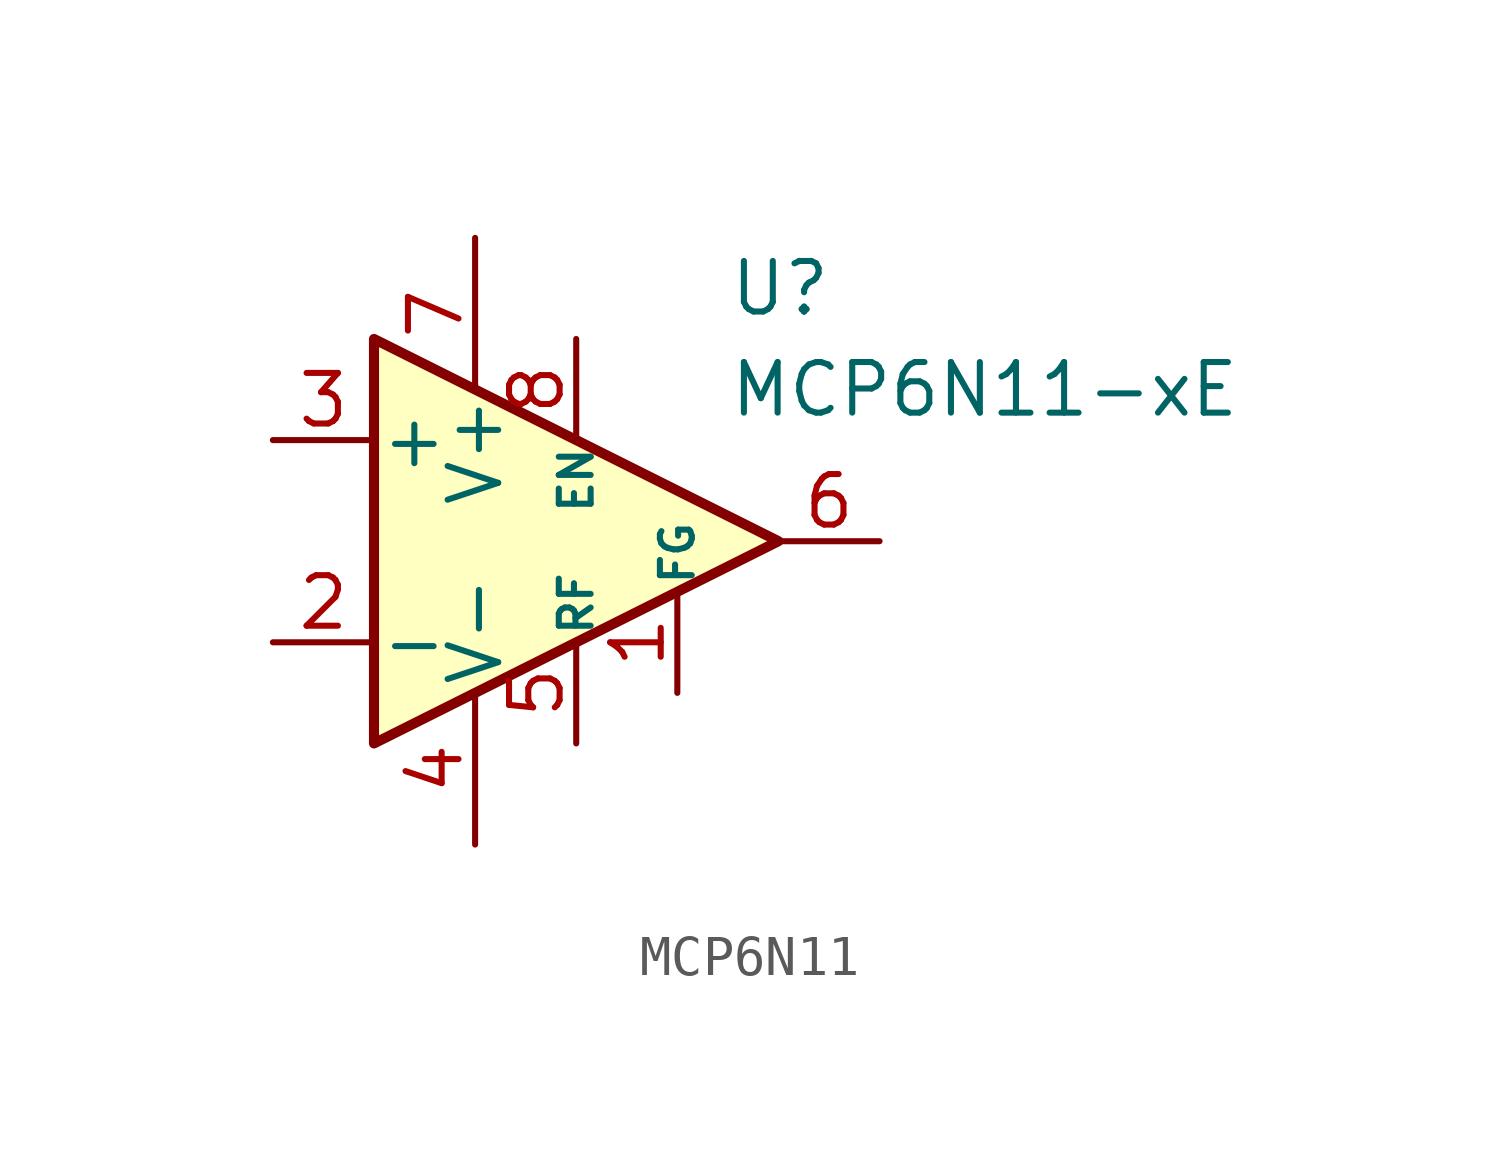
<source format=kicad_sym>
(kicad_symbol_lib
  (version 20220914)
  (generator kicad_symbol_editor)
  (symbol "MCP6N11"
    (pin_names
      (offset 0.127))
    (property "Reference" "U"
      (at 3.81 6.35 0)
      (effects (font (size 1.27 1.27)) (justify left)))
    (property "Value" "MCP6N11-xE"
      (at 3.81 3.81 0)
      (effects (font (size 1.27 1.27)) (justify left)))
    (symbol "MCP6N11_0_1"
      (polyline (pts (xy -5.08 5.08) (xy 5.08 0) (xy -5.08 -5.08) (xy -5.08 5.08)) (stroke (width 0.254) (type default)) (fill (type background))))
    (symbol "MCP6N11_1_1"
      (pin passive line (at 2.54 -3.81 90) (length 2.54) (name "FG" (effects (font (size 0.8 0.8)))) (number "1" (effects (font (size 1.27 1.27)))))
      (pin input line (at -7.62 -2.54 0) (length 2.54) (name "-" (effects (font (size 1.27 1.27)))) (number "2" (effects (font (size 1.27 1.27)))))
      (pin input line (at -7.62 2.54 0) (length 2.54) (name "+" (effects (font (size 1.27 1.27)))) (number "3" (effects (font (size 1.27 1.27)))))
      (pin power_in line (at -2.54 -7.62 90) (length 3.81) (name "V-" (effects (font (size 1.27 1.27)))) (number "4" (effects (font (size 1.27 1.27)))))
      (pin passive line (at 0 -5.08 90) (length 2.54) (name "RF" (effects (font (size 0.8 0.8)))) (number "5" (effects (font (size 1.27 1.27)))))
      (pin output line (at 7.62 0 180) (length 2.54) (name "~" (effects (font (size 1.27 1.27)))) (number "6" (effects (font (size 1.27 1.27)))))
      (pin power_in line (at -2.54 7.62 270) (length 3.81) (name "V+" (effects (font (size 1.27 1.27)))) (number "7" (effects (font (size 1.27 1.27)))))
      (pin input line (at 0 5.08 270) (length 2.54) (name "EN" (effects (font (size 0.8 0.8)))) (number "8" (effects (font (size 1.27 1.27))))))))
</source>
